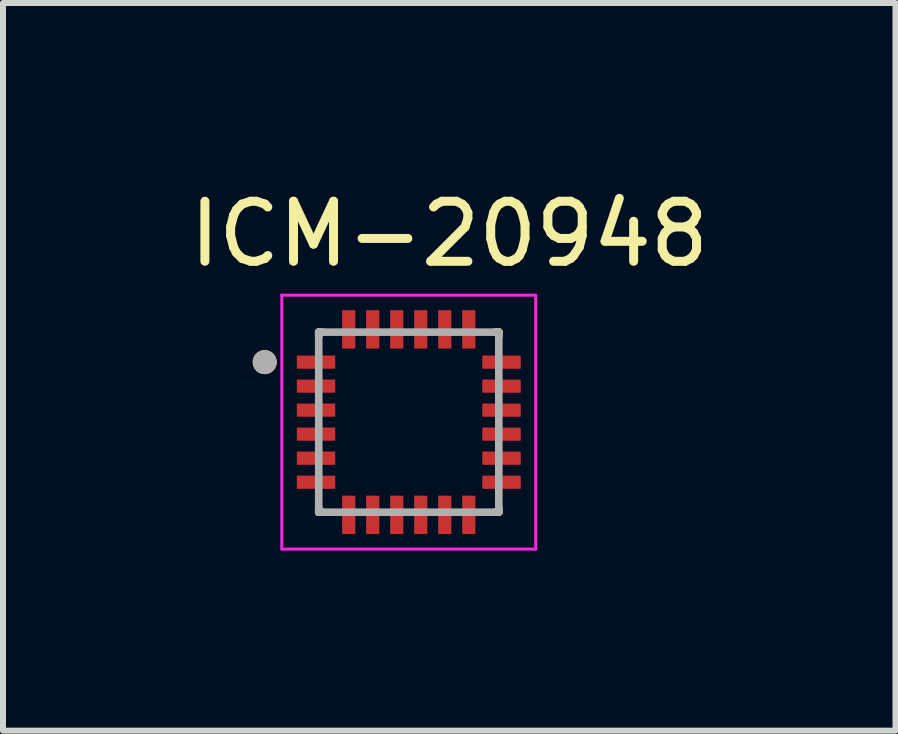
<source format=kicad_pcb>
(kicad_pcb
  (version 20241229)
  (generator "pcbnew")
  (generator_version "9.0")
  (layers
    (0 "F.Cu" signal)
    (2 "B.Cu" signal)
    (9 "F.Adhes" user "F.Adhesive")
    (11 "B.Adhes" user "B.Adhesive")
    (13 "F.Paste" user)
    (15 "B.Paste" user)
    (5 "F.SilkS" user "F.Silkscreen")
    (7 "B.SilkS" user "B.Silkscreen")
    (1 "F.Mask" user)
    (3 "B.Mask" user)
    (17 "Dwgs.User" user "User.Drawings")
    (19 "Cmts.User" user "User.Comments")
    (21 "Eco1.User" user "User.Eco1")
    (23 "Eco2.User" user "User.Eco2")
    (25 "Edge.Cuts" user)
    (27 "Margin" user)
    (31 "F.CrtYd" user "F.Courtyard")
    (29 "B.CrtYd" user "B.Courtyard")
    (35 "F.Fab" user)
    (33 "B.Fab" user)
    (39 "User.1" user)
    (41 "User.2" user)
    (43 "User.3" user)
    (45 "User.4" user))
  (footprint "ICM-20948"
    (layer "F.Cu")
    (at 3.76 3.983)
    (property "Reference" "ICM-20948" (at 0.675 -3.135 0) (layer "F.SilkS") (effects (font (size 1 1) (thickness 0.15))))
    (attr smd)
    (fp_line (start -1.5 -1.5) (end -1.5 -1.43) (stroke (width 0.127) (type solid)) (layer "F.SilkS"))
    (fp_line (start -1.5 1.43) (end -1.5 1.5) (stroke (width 0.127) (type solid)) (layer "F.SilkS"))
    (fp_line (start -1.5 1.5) (end -1.43 1.5) (stroke (width 0.127) (type solid)) (layer "F.SilkS"))
    (fp_line (start -1.43 -1.5) (end -1.5 -1.5) (stroke (width 0.127) (type solid)) (layer "F.SilkS"))
    (fp_line (start 1.43 1.5) (end 1.5 1.5) (stroke (width 0.127) (type solid)) (layer "F.SilkS"))
    (fp_line (start 1.5 -1.5) (end 1.43 -1.5) (stroke (width 0.127) (type solid)) (layer "F.SilkS"))
    (fp_line (start 1.5 -1.43) (end 1.5 -1.5) (stroke (width 0.127) (type solid)) (layer "F.SilkS"))
    (fp_line (start 1.5 1.5) (end 1.5 1.43) (stroke (width 0.127) (type solid)) (layer "F.SilkS"))
    (fp_circle (center -2.4 -1) (end -2.3 -1) (stroke (width 0.2) (type solid)) (fill no) (layer "F.SilkS"))
    (fp_line (start -2.115 -2.115) (end 2.115 -2.115) (stroke (width 0.05) (type solid)) (layer "F.CrtYd"))
    (fp_line (start -2.115 2.115) (end -2.115 -2.115) (stroke (width 0.05) (type solid)) (layer "F.CrtYd"))
    (fp_line (start 2.115 -2.115) (end 2.115 2.115) (stroke (width 0.05) (type solid)) (layer "F.CrtYd"))
    (fp_line (start 2.115 2.115) (end -2.115 2.115) (stroke (width 0.05) (type solid)) (layer "F.CrtYd"))
    (fp_line (start -1.5 -1.5) (end 1.5 -1.5) (stroke (width 0.127) (type solid)) (layer "F.Fab"))
    (fp_line (start -1.5 1.5) (end -1.5 -1.5) (stroke (width 0.127) (type solid)) (layer "F.Fab"))
    (fp_line (start 1.5 -1.5) (end 1.5 1.5) (stroke (width 0.127) (type solid)) (layer "F.Fab"))
    (fp_line (start 1.5 1.5) (end -1.5 1.5) (stroke (width 0.127) (type solid)) (layer "F.Fab"))
    (fp_circle (center -2.4 -1) (end -2.3 -1) (stroke (width 0.2) (type solid)) (fill no) (layer "F.Fab"))
    (pad "1" smd roundrect (at -1.545 -1) (size 0.64 0.22) (layers "F.Cu" "F.Mask" "F.Paste") (roundrect_rratio 0.03))
    (pad "2" smd roundrect (at -1.545 -0.6) (size 0.64 0.22) (layers "F.Cu" "F.Mask" "F.Paste") (roundrect_rratio 0.03))
    (pad "3" smd roundrect (at -1.545 -0.2) (size 0.64 0.22) (layers "F.Cu" "F.Mask" "F.Paste") (roundrect_rratio 0.03))
    (pad "4" smd roundrect (at -1.545 0.2) (size 0.64 0.22) (layers "F.Cu" "F.Mask" "F.Paste") (roundrect_rratio 0.03))
    (pad "5" smd roundrect (at -1.545 0.6) (size 0.64 0.22) (layers "F.Cu" "F.Mask" "F.Paste") (roundrect_rratio 0.03))
    (pad "6" smd roundrect (at -1.545 1) (size 0.64 0.22) (layers "F.Cu" "F.Mask" "F.Paste") (roundrect_rratio 0.03))
    (pad "7" smd roundrect (at -1 1.545 90) (size 0.64 0.22) (layers "F.Cu" "F.Mask" "F.Paste") (roundrect_rratio 0.03))
    (pad "8" smd roundrect (at -0.6 1.545 90) (size 0.64 0.22) (layers "F.Cu" "F.Mask" "F.Paste") (roundrect_rratio 0.03))
    (pad "9" smd roundrect (at -0.2 1.545 90) (size 0.64 0.22) (layers "F.Cu" "F.Mask" "F.Paste") (roundrect_rratio 0.03))
    (pad "10" smd roundrect (at 0.2 1.545 90) (size 0.64 0.22) (layers "F.Cu" "F.Mask" "F.Paste") (roundrect_rratio 0.03))
    (pad "11" smd roundrect (at 0.6 1.545 90) (size 0.64 0.22) (layers "F.Cu" "F.Mask" "F.Paste") (roundrect_rratio 0.03))
    (pad "12" smd roundrect (at 1 1.545 90) (size 0.64 0.22) (layers "F.Cu" "F.Mask" "F.Paste") (roundrect_rratio 0.03))
    (pad "13" smd roundrect (at 1.545 1 180) (size 0.64 0.22) (layers "F.Cu" "F.Mask" "F.Paste") (roundrect_rratio 0.03))
    (pad "14" smd roundrect (at 1.545 0.6 180) (size 0.64 0.22) (layers "F.Cu" "F.Mask" "F.Paste") (roundrect_rratio 0.03))
    (pad "15" smd roundrect (at 1.545 0.2 180) (size 0.64 0.22) (layers "F.Cu" "F.Mask" "F.Paste") (roundrect_rratio 0.03))
    (pad "16" smd roundrect (at 1.545 -0.2 180) (size 0.64 0.22) (layers "F.Cu" "F.Mask" "F.Paste") (roundrect_rratio 0.03))
    (pad "17" smd roundrect (at 1.545 -0.6 180) (size 0.64 0.22) (layers "F.Cu" "F.Mask" "F.Paste") (roundrect_rratio 0.03))
    (pad "18" smd roundrect (at 1.545 -1 180) (size 0.64 0.22) (layers "F.Cu" "F.Mask" "F.Paste") (roundrect_rratio 0.03))
    (pad "19" smd roundrect (at 1 -1.545 270) (size 0.64 0.22) (layers "F.Cu" "F.Mask" "F.Paste") (roundrect_rratio 0.03))
    (pad "20" smd roundrect (at 0.6 -1.545 270) (size 0.64 0.22) (layers "F.Cu" "F.Mask" "F.Paste") (roundrect_rratio 0.03))
    (pad "21" smd roundrect (at 0.2 -1.545 270) (size 0.64 0.22) (layers "F.Cu" "F.Mask" "F.Paste") (roundrect_rratio 0.03))
    (pad "22" smd roundrect (at -0.2 -1.545 270) (size 0.64 0.22) (layers "F.Cu" "F.Mask" "F.Paste") (roundrect_rratio 0.03))
    (pad "23" smd roundrect (at -0.6 -1.545 270) (size 0.64 0.22) (layers "F.Cu" "F.Mask" "F.Paste") (roundrect_rratio 0.03))
    (pad "24" smd roundrect (at -1 -1.545 270) (size 0.64 0.22) (layers "F.Cu" "F.Mask" "F.Paste") (roundrect_rratio 0.03))
    (zone (net_name "") (layer "F.Cu") (hatch full 0.508) (connect_pads) (min_thickness 0.01) (filled_areas_thickness no) (keepout (tracks not_allowed) (vias not_allowed) (pads not_allowed) (copperpour not_allowed) (footprints allowed)) (placement (enabled no)) (fill) (polygon (pts (xy 2.91 3.213) (xy 4.61 3.213) (xy 4.61 4.753) (xy 2.91 4.753))))
    (zone (net_name "") (layers "F.Cu" "B.Cu") (hatch full 0.508) (connect_pads) (min_thickness 0.01) (filled_areas_thickness no) (keepout (tracks allowed) (vias not_allowed) (pads allowed) (copperpour allowed) (footprints allowed)) (placement (enabled no)) (fill) (polygon (pts (xy 2.91 3.213) (xy 4.61 3.213) (xy 4.61 4.753) (xy 2.91 4.753)))))
  (gr_rect
    (start -3 -3)
    (end 11.869 9.123)
    (stroke (width 0.1) (type default))
    (fill no)
    (layer "Edge.Cuts")))
</source>
